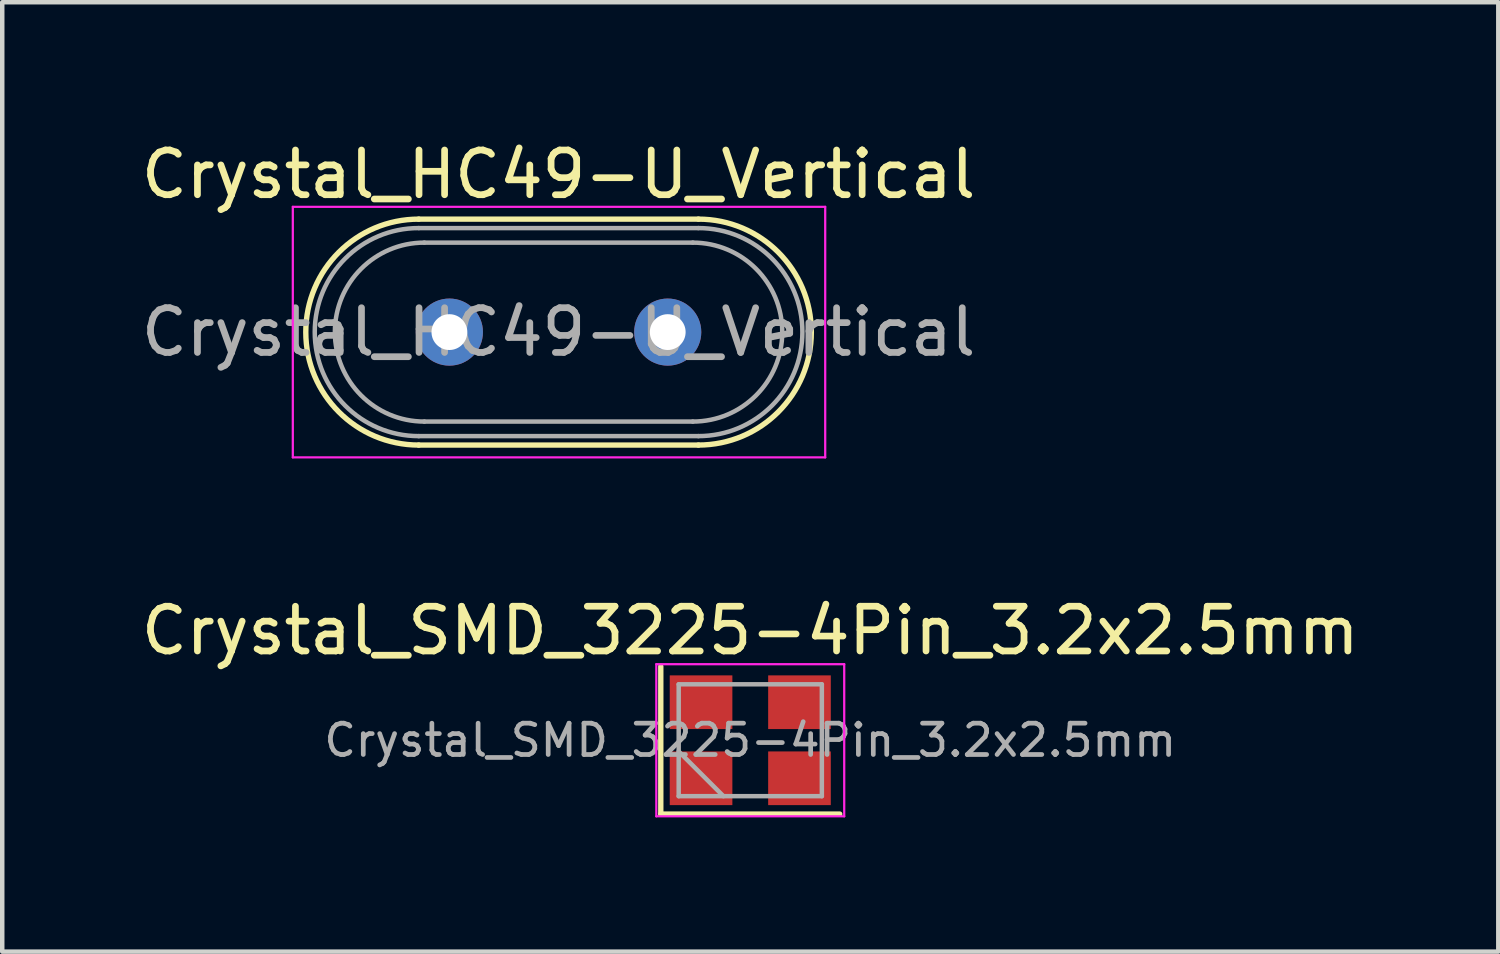
<source format=kicad_pcb>
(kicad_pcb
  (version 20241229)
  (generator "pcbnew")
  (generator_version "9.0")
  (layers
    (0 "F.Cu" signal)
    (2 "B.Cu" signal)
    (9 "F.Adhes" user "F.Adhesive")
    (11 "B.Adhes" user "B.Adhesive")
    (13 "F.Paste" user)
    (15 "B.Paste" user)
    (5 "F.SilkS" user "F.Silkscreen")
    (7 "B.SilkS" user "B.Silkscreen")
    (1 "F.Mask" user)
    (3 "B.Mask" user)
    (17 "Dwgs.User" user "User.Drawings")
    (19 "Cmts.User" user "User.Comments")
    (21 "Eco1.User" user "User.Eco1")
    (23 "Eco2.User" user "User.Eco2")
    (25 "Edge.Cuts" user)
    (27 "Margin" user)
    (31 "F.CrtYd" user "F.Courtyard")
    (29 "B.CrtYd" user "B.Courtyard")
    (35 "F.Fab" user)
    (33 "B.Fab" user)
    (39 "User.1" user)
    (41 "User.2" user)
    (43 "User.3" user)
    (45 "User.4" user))
  (footprint "Crystal_SMD_3225-4Pin_3.2x2.5mm"
    (layer "F.Cu")
    (at 13.72 13.496)
    (property "Reference" "Crystal_SMD_3225-4Pin_3.2x2.5mm" (at 0 -2.45 0) (layer "F.SilkS") (effects (font (size 1 1) (thickness 0.15))))
    (attr smd)
    (fp_line (start -2 -1.65) (end -2 1.65) (stroke (width 0.12) (type solid)) (layer "F.SilkS"))
    (fp_line (start -2 1.65) (end 2 1.65) (stroke (width 0.12) (type solid)) (layer "F.SilkS"))
    (fp_line (start -2.1 -1.7) (end -2.1 1.7) (stroke (width 0.05) (type solid)) (layer "F.CrtYd"))
    (fp_line (start -2.1 1.7) (end 2.1 1.7) (stroke (width 0.05) (type solid)) (layer "F.CrtYd"))
    (fp_line (start 2.1 -1.7) (end -2.1 -1.7) (stroke (width 0.05) (type solid)) (layer "F.CrtYd"))
    (fp_line (start 2.1 1.7) (end 2.1 -1.7) (stroke (width 0.05) (type solid)) (layer "F.CrtYd"))
    (fp_line (start -1.6 -1.25) (end -1.6 1.25) (stroke (width 0.1) (type solid)) (layer "F.Fab"))
    (fp_line (start -1.6 0.25) (end -0.6 1.25) (stroke (width 0.1) (type solid)) (layer "F.Fab"))
    (fp_line (start -1.6 1.25) (end 1.6 1.25) (stroke (width 0.1) (type solid)) (layer "F.Fab"))
    (fp_line (start 1.6 -1.25) (end -1.6 -1.25) (stroke (width 0.1) (type solid)) (layer "F.Fab"))
    (fp_line (start 1.6 1.25) (end 1.6 -1.25) (stroke (width 0.1) (type solid)) (layer "F.Fab"))
    (fp_text user "${REFERENCE}" (at 0 0 0) (layer "F.Fab") (effects (font (size 0.7 0.7) (thickness 0.105))))
    (pad "1" smd rect (at -1.1 0.85) (size 1.4 1.2) (layers "F.Cu" "F.Mask" "F.Paste"))
    (pad "2" smd rect (at 1.1 0.85) (size 1.4 1.2) (layers "F.Cu" "F.Mask" "F.Paste"))
    (pad "3" smd rect (at 1.1 -0.85) (size 1.4 1.2) (layers "F.Cu" "F.Mask" "F.Paste"))
    (pad "4" smd rect (at -1.1 -0.85) (size 1.4 1.2) (layers "F.Cu" "F.Mask" "F.Paste")))
  (footprint "Crystal_HC49-U_Vertical"
    (layer "F.Cu")
    (at 6.995 4.373)
    (property "Reference" "Crystal_HC49-U_Vertical" (at 2.44 -3.525 0) (layer "F.SilkS") (effects (font (size 1 1) (thickness 0.15))))
    (attr through_hole)
    (fp_line (start -0.685 -2.525) (end 5.565 -2.525) (stroke (width 0.12) (type solid)) (layer "F.SilkS"))
    (fp_line (start -0.685 2.525) (end 5.565 2.525) (stroke (width 0.12) (type solid)) (layer "F.SilkS"))
    (fp_arc (start -0.685 2.525) (mid -3.21 0) (end -0.685 -2.525) (stroke (width 0.12) (type solid)) (layer "F.SilkS"))
    (fp_arc (start 5.565 -2.525) (mid 8.09 0) (end 5.565 2.525) (stroke (width 0.12) (type solid)) (layer "F.SilkS"))
    (fp_line (start -3.5 -2.8) (end -3.5 2.8) (stroke (width 0.05) (type solid)) (layer "F.CrtYd"))
    (fp_line (start -3.5 2.8) (end 8.4 2.8) (stroke (width 0.05) (type solid)) (layer "F.CrtYd"))
    (fp_line (start 8.4 -2.8) (end -3.5 -2.8) (stroke (width 0.05) (type solid)) (layer "F.CrtYd"))
    (fp_line (start 8.4 2.8) (end 8.4 -2.8) (stroke (width 0.05) (type solid)) (layer "F.CrtYd"))
    (fp_line (start -0.685 -2.325) (end 5.565 -2.325) (stroke (width 0.1) (type solid)) (layer "F.Fab"))
    (fp_line (start -0.685 2.325) (end 5.565 2.325) (stroke (width 0.1) (type solid)) (layer "F.Fab"))
    (fp_line (start -0.56 -2) (end 5.44 -2) (stroke (width 0.1) (type solid)) (layer "F.Fab"))
    (fp_line (start -0.56 2) (end 5.44 2) (stroke (width 0.1) (type solid)) (layer "F.Fab"))
    (fp_arc (start -0.685 2.325) (mid -3.01 0) (end -0.685 -2.325) (stroke (width 0.1) (type solid)) (layer "F.Fab"))
    (fp_arc (start -0.56 2) (mid -2.56 0) (end -0.56 -2) (stroke (width 0.1) (type solid)) (layer "F.Fab"))
    (fp_arc (start 5.44 -2) (mid 7.44 0) (end 5.44 2) (stroke (width 0.1) (type solid)) (layer "F.Fab"))
    (fp_arc (start 5.565 -2.325) (mid 7.89 0) (end 5.565 2.325) (stroke (width 0.1) (type solid)) (layer "F.Fab"))
    (fp_text user "${REFERENCE}" (at 2.44 0 0) (layer "F.Fab") (effects (font (size 1 1) (thickness 0.15))))
    (pad "1" thru_hole circle (at 0 0) (size 1.5 1.5) (drill 0.8) (layers "*.Cu" "*.Mask"))
    (pad "2" thru_hole circle (at 4.88 0) (size 1.5 1.5) (drill 0.8) (layers "*.Cu" "*.Mask")))
  (gr_rect
    (start -3 -3)
    (end 30.44 18.221)
    (stroke (width 0.1) (type default))
    (fill no)
    (layer "Edge.Cuts")))
</source>
